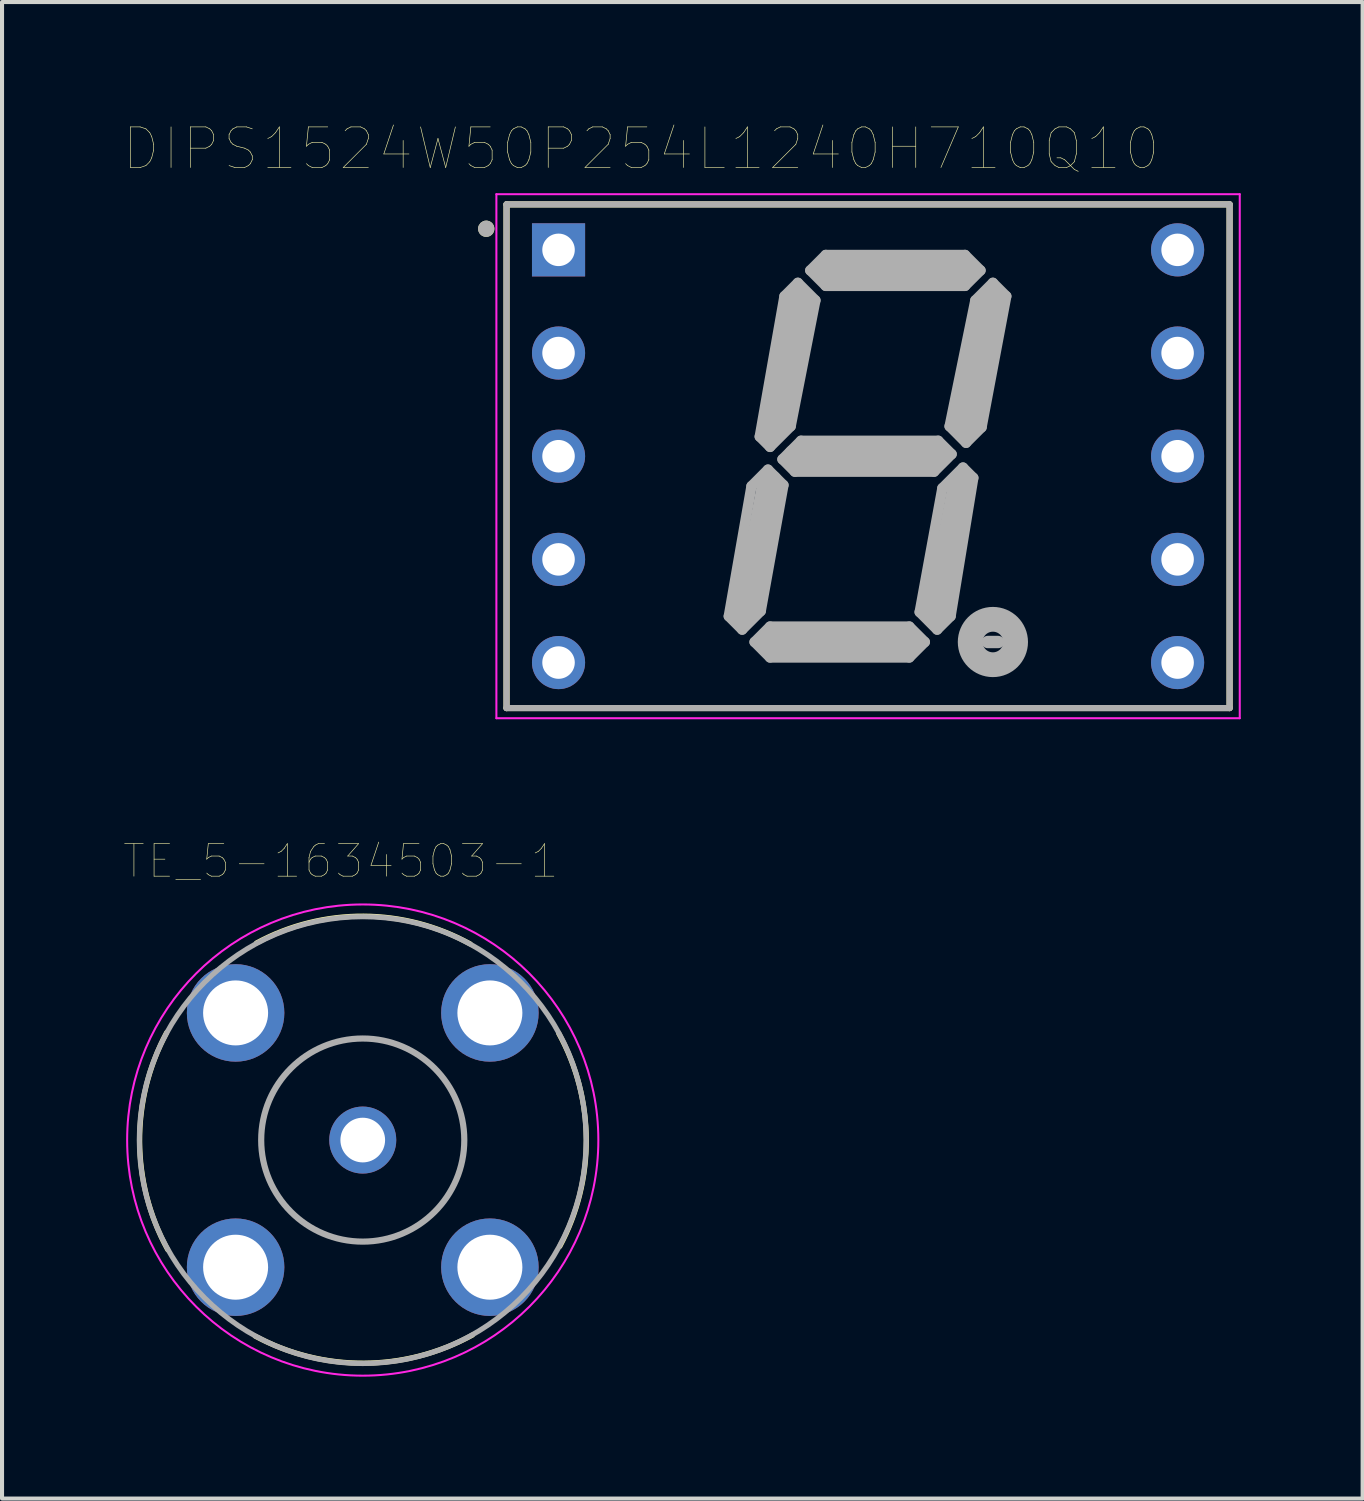
<source format=kicad_pcb>
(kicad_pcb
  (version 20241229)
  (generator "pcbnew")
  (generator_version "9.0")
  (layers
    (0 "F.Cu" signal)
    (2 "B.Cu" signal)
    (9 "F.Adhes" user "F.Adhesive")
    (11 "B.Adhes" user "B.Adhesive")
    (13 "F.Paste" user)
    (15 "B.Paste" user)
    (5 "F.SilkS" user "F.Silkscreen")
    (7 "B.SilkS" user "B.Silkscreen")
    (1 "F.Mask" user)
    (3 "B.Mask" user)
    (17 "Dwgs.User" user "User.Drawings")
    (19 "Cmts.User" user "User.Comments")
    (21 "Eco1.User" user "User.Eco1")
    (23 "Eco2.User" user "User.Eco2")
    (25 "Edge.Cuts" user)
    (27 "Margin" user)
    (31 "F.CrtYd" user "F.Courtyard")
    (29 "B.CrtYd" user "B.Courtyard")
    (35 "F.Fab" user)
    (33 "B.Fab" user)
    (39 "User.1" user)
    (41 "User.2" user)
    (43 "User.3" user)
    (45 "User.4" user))
  (footprint "TE_5-1634503-1"
    (layer "F.Cu")
    (at 5.88 25.016)
    (property "Reference" "TE_5-1634503-1" (at -0.541 -6.866 0) (layer "F.SilkS") (effects (font (size 0.801 0.801) (thickness 0.015))))
    (attr through_hole)
    (fp_arc (start -4.8 2.7) (mid -5.492185 0.030428) (end -4.827 -2.646) (stroke (width 0.127) (type solid)) (layer "F.SilkS"))
    (fp_arc (start -2.6162 -4.8514) (mid 0.018022 -5.512552) (end 2.646 -4.827) (stroke (width 0.127) (type solid)) (layer "F.SilkS"))
    (fp_arc (start 2.7 4.8) (mid 0.030428 5.492185) (end -2.646 4.827) (stroke (width 0.127) (type solid)) (layer "F.SilkS"))
    (fp_arc (start 4.8254 -2.6254) (mid 5.503832 -0.007901) (end 4.8514 2.6162) (stroke (width 0.127) (type solid)) (layer "F.SilkS"))
    (fp_circle (center 0 0) (end 5.8 0) (stroke (width 0.05) (type solid)) (fill no) (layer "F.CrtYd"))
    (fp_circle (center 0 0) (end 2.5 0) (stroke (width 0.152) (type solid)) (fill no) (layer "F.Fab"))
    (fp_circle (center 0 0) (end 5.5 0) (stroke (width 0.127) (type solid)) (fill no) (layer "F.Fab"))
    (pad "1" thru_hole circle (at 0 0) (size 1.65 1.65) (drill 1.1) (layers "*.Cu" "*.Mask"))
    (pad "2" thru_hole circle (at -3.13 -3.13) (size 2.4 2.4) (drill 1.6) (layers "*.Cu" "*.Mask"))
    (pad "3" thru_hole circle (at 3.13 -3.13) (size 2.4 2.4) (drill 1.6) (layers "*.Cu" "*.Mask"))
    (pad "4" thru_hole circle (at 3.13 3.13) (size 2.4 2.4) (drill 1.6) (layers "*.Cu" "*.Mask"))
    (pad "5" thru_hole circle (at -3.13 3.13) (size 2.4 2.4) (drill 1.6) (layers "*.Cu" "*.Mask")))
  (footprint "DIPS1524W50P254L1240H710Q10"
    (layer "F.Cu")
    (at 18.32 8.181)
    (property "Reference" "DIPS1524W50P254L1240H710Q10" (at -5.588 -7.569 0) (layer "F.SilkS") (effects (font (size 1 1) (thickness 0.015))))
    (attr through_hole)
    (fp_line (start -8.9 -6.2) (end 8.9 -6.2) (stroke (width 0.152) (type solid)) (layer "F.SilkS"))
    (fp_line (start -8.9 6.2) (end -8.9 -6.2) (stroke (width 0.152) (type solid)) (layer "F.SilkS"))
    (fp_line (start 8.9 -6.2) (end 8.9 6.2) (stroke (width 0.152) (type solid)) (layer "F.SilkS"))
    (fp_line (start 8.9 6.2) (end -8.9 6.2) (stroke (width 0.152) (type solid)) (layer "F.SilkS"))
    (fp_circle (center -9.4 -5.6) (end -9.3 -5.6) (stroke (width 0.2) (type solid)) (fill no) (layer "F.SilkS"))
    (fp_line (start -9.15 -6.45) (end 9.15 -6.45) (stroke (width 0.05) (type solid)) (layer "F.CrtYd"))
    (fp_line (start -9.15 6.45) (end -9.15 -6.45) (stroke (width 0.05) (type solid)) (layer "F.CrtYd"))
    (fp_line (start 9.15 -6.45) (end 9.15 6.45) (stroke (width 0.05) (type solid)) (layer "F.CrtYd"))
    (fp_line (start 9.15 6.45) (end -9.15 6.45) (stroke (width 0.05) (type solid)) (layer "F.CrtYd"))
    (fp_line (start -8.9 -6.2) (end 8.9 -6.2) (stroke (width 0.152) (type solid)) (layer "F.Fab"))
    (fp_line (start -8.9 6.2) (end -8.9 -6.2) (stroke (width 0.152) (type solid)) (layer "F.Fab"))
    (fp_line (start -3.429 3.939) (end -3.099 4.269) (stroke (width 0.254) (type solid)) (layer "F.Fab"))
    (fp_line (start -3.099 4.269) (end -2.642 3.812) (stroke (width 0.254) (type solid)) (layer "F.Fab"))
    (fp_line (start -2.87 0.737) (end -3.429 3.939) (stroke (width 0.254) (type solid)) (layer "F.Fab"))
    (fp_line (start -2.794 4.574) (end -2.413 4.193) (stroke (width 0.254) (type solid)) (layer "F.Fab"))
    (fp_line (start -2.667 -0.483) (end -2.058 -3.939) (stroke (width 0.254) (type solid)) (layer "F.Fab"))
    (fp_line (start -2.642 3.812) (end -2.083 0.711) (stroke (width 0.254) (type solid)) (layer "F.Fab"))
    (fp_line (start -2.464 0.33) (end -2.87 0.737) (stroke (width 0.254) (type solid)) (layer "F.Fab"))
    (fp_line (start -2.464 0.33) (end -2.083 0.711) (stroke (width 0.254) (type solid)) (layer "F.Fab"))
    (fp_line (start -2.413 4.193) (end 1.016 4.193) (stroke (width 0.254) (type solid)) (layer "F.Fab"))
    (fp_line (start -2.413 4.955) (end -2.794 4.574) (stroke (width 0.254) (type solid)) (layer "F.Fab"))
    (fp_line (start -2.413 -0.229) (end -2.667 -0.483) (stroke (width 0.254) (type solid)) (layer "F.Fab"))
    (fp_line (start -2.413 0.635) (end -3.023 3.812) (stroke (width 0.61) (type solid)) (layer "F.Fab"))
    (fp_line (start -2.388 4.574) (end 1.041 4.574) (stroke (width 0.61) (type solid)) (layer "F.Fab"))
    (fp_line (start -2.311 -0.66) (end -1.678 -3.837) (stroke (width 0.61) (type solid)) (layer "F.Fab"))
    (fp_line (start -2.108 0.076) (end -1.651 -0.381) (stroke (width 0.254) (type solid)) (layer "F.Fab"))
    (fp_line (start -2.058 -3.939) (end -1.728 -4.269) (stroke (width 0.254) (type solid)) (layer "F.Fab"))
    (fp_line (start -1.905 -0.737) (end -2.413 -0.229) (stroke (width 0.254) (type solid)) (layer "F.Fab"))
    (fp_line (start -1.803 0.381) (end -2.108 0.076) (stroke (width 0.254) (type solid)) (layer "F.Fab"))
    (fp_line (start -1.728 -4.269) (end -1.296 -3.837) (stroke (width 0.254) (type solid)) (layer "F.Fab"))
    (fp_line (start -1.651 -0.381) (end 1.727 -0.381) (stroke (width 0.254) (type solid)) (layer "F.Fab"))
    (fp_line (start -1.423 -4.574) (end -1.042 -4.955) (stroke (width 0.254) (type solid)) (layer "F.Fab"))
    (fp_line (start -1.296 -3.837) (end -1.905 -0.737) (stroke (width 0.254) (type solid)) (layer "F.Fab"))
    (fp_line (start -1.042 -4.955) (end 2.387 -4.955) (stroke (width 0.254) (type solid)) (layer "F.Fab"))
    (fp_line (start -1.042 -4.193) (end -1.423 -4.574) (stroke (width 0.254) (type solid)) (layer "F.Fab"))
    (fp_line (start -0.991 -4.574) (end 2.438 -4.574) (stroke (width 0.61) (type solid)) (layer "F.Fab"))
    (fp_line (start 1.016 4.193) (end 1.397 4.574) (stroke (width 0.254) (type solid)) (layer "F.Fab"))
    (fp_line (start 1.016 4.955) (end -2.413 4.955) (stroke (width 0.254) (type solid)) (layer "F.Fab"))
    (fp_line (start 1.27 3.837) (end 1.701 4.269) (stroke (width 0.254) (type solid)) (layer "F.Fab"))
    (fp_line (start 1.397 4.574) (end 1.016 4.955) (stroke (width 0.254) (type solid)) (layer "F.Fab"))
    (fp_line (start 1.626 0.381) (end -1.803 0.381) (stroke (width 0.254) (type solid)) (layer "F.Fab"))
    (fp_line (start 1.651 0) (end -1.778 0) (stroke (width 0.61) (type solid)) (layer "F.Fab"))
    (fp_line (start 1.676 3.812) (end 2.286 0.635) (stroke (width 0.61) (type solid)) (layer "F.Fab"))
    (fp_line (start 1.701 4.269) (end 2.032 3.939) (stroke (width 0.254) (type solid)) (layer "F.Fab"))
    (fp_line (start 1.727 -0.381) (end 2.057 -0.051) (stroke (width 0.254) (type solid)) (layer "F.Fab"))
    (fp_line (start 1.829 0.787) (end 1.27 3.837) (stroke (width 0.254) (type solid)) (layer "F.Fab"))
    (fp_line (start 2.007 -0.737) (end 2.413 -0.33) (stroke (width 0.254) (type solid)) (layer "F.Fab"))
    (fp_line (start 2.032 3.939) (end 2.591 0.533) (stroke (width 0.254) (type solid)) (layer "F.Fab"))
    (fp_line (start 2.057 -0.051) (end 1.626 0.381) (stroke (width 0.254) (type solid)) (layer "F.Fab"))
    (fp_line (start 2.337 0.279) (end 1.829 0.787) (stroke (width 0.254) (type solid)) (layer "F.Fab"))
    (fp_line (start 2.387 -4.955) (end 2.768 -4.574) (stroke (width 0.254) (type solid)) (layer "F.Fab"))
    (fp_line (start 2.387 -4.193) (end -1.042 -4.193) (stroke (width 0.254) (type solid)) (layer "F.Fab"))
    (fp_line (start 2.413 -0.33) (end 2.794 -0.711) (stroke (width 0.254) (type solid)) (layer "F.Fab"))
    (fp_line (start 2.591 0.533) (end 2.337 0.279) (stroke (width 0.254) (type solid)) (layer "F.Fab"))
    (fp_line (start 2.641 -3.837) (end 2.007 -0.737) (stroke (width 0.254) (type solid)) (layer "F.Fab"))
    (fp_line (start 2.768 -4.574) (end 2.387 -4.193) (stroke (width 0.254) (type solid)) (layer "F.Fab"))
    (fp_line (start 2.794 -0.711) (end 3.403 -3.939) (stroke (width 0.254) (type solid)) (layer "F.Fab"))
    (fp_line (start 2.946 4.574) (end 3.2 4.574) (stroke (width 0.305) (type solid)) (layer "F.Fab"))
    (fp_line (start 3.073 -4.269) (end 2.641 -3.837) (stroke (width 0.254) (type solid)) (layer "F.Fab"))
    (fp_line (start 3.073 -3.939) (end 2.413 -0.762) (stroke (width 0.61) (type solid)) (layer "F.Fab"))
    (fp_line (start 3.403 -3.939) (end 3.073 -4.269) (stroke (width 0.254) (type solid)) (layer "F.Fab"))
    (fp_line (start 8.9 -6.2) (end 8.9 6.2) (stroke (width 0.152) (type solid)) (layer "F.Fab"))
    (fp_line (start 8.9 6.2) (end -8.9 6.2) (stroke (width 0.152) (type solid)) (layer "F.Fab"))
    (fp_circle (center -9.4 -5.6) (end -9.3 -5.6) (stroke (width 0.2) (type solid)) (fill no) (layer "F.Fab"))
    (fp_circle (center 3.073 4.574) (end 3.327 4.574) (stroke (width 0.61) (type solid)) (fill no) (layer "F.Fab"))
    (pad "1" thru_hole rect (at -7.62 -5.08) (size 1.308 1.308) (drill 0.8) (layers "*.Cu" "*.Mask"))
    (pad "2" thru_hole circle (at -7.62 -2.54) (size 1.308 1.308) (drill 0.8) (layers "*.Cu" "*.Mask"))
    (pad "3" thru_hole circle (at -7.62 0) (size 1.308 1.308) (drill 0.8) (layers "*.Cu" "*.Mask"))
    (pad "4" thru_hole circle (at -7.62 2.54) (size 1.308 1.308) (drill 0.8) (layers "*.Cu" "*.Mask"))
    (pad "5" thru_hole circle (at -7.62 5.08) (size 1.308 1.308) (drill 0.8) (layers "*.Cu" "*.Mask"))
    (pad "6" thru_hole circle (at 7.62 5.08) (size 1.308 1.308) (drill 0.8) (layers "*.Cu" "*.Mask"))
    (pad "7" thru_hole circle (at 7.62 2.54) (size 1.308 1.308) (drill 0.8) (layers "*.Cu" "*.Mask"))
    (pad "8" thru_hole circle (at 7.62 0) (size 1.308 1.308) (drill 0.8) (layers "*.Cu" "*.Mask"))
    (pad "9" thru_hole circle (at 7.62 -2.54) (size 1.308 1.308) (drill 0.8) (layers "*.Cu" "*.Mask"))
    (pad "10" thru_hole circle (at 7.62 -5.08) (size 1.308 1.308) (drill 0.8) (layers "*.Cu" "*.Mask")))
  (gr_rect
    (start -3 -3)
    (end 30.495 33.841)
    (stroke (width 0.1) (type default))
    (fill no)
    (layer "Edge.Cuts")))
</source>
